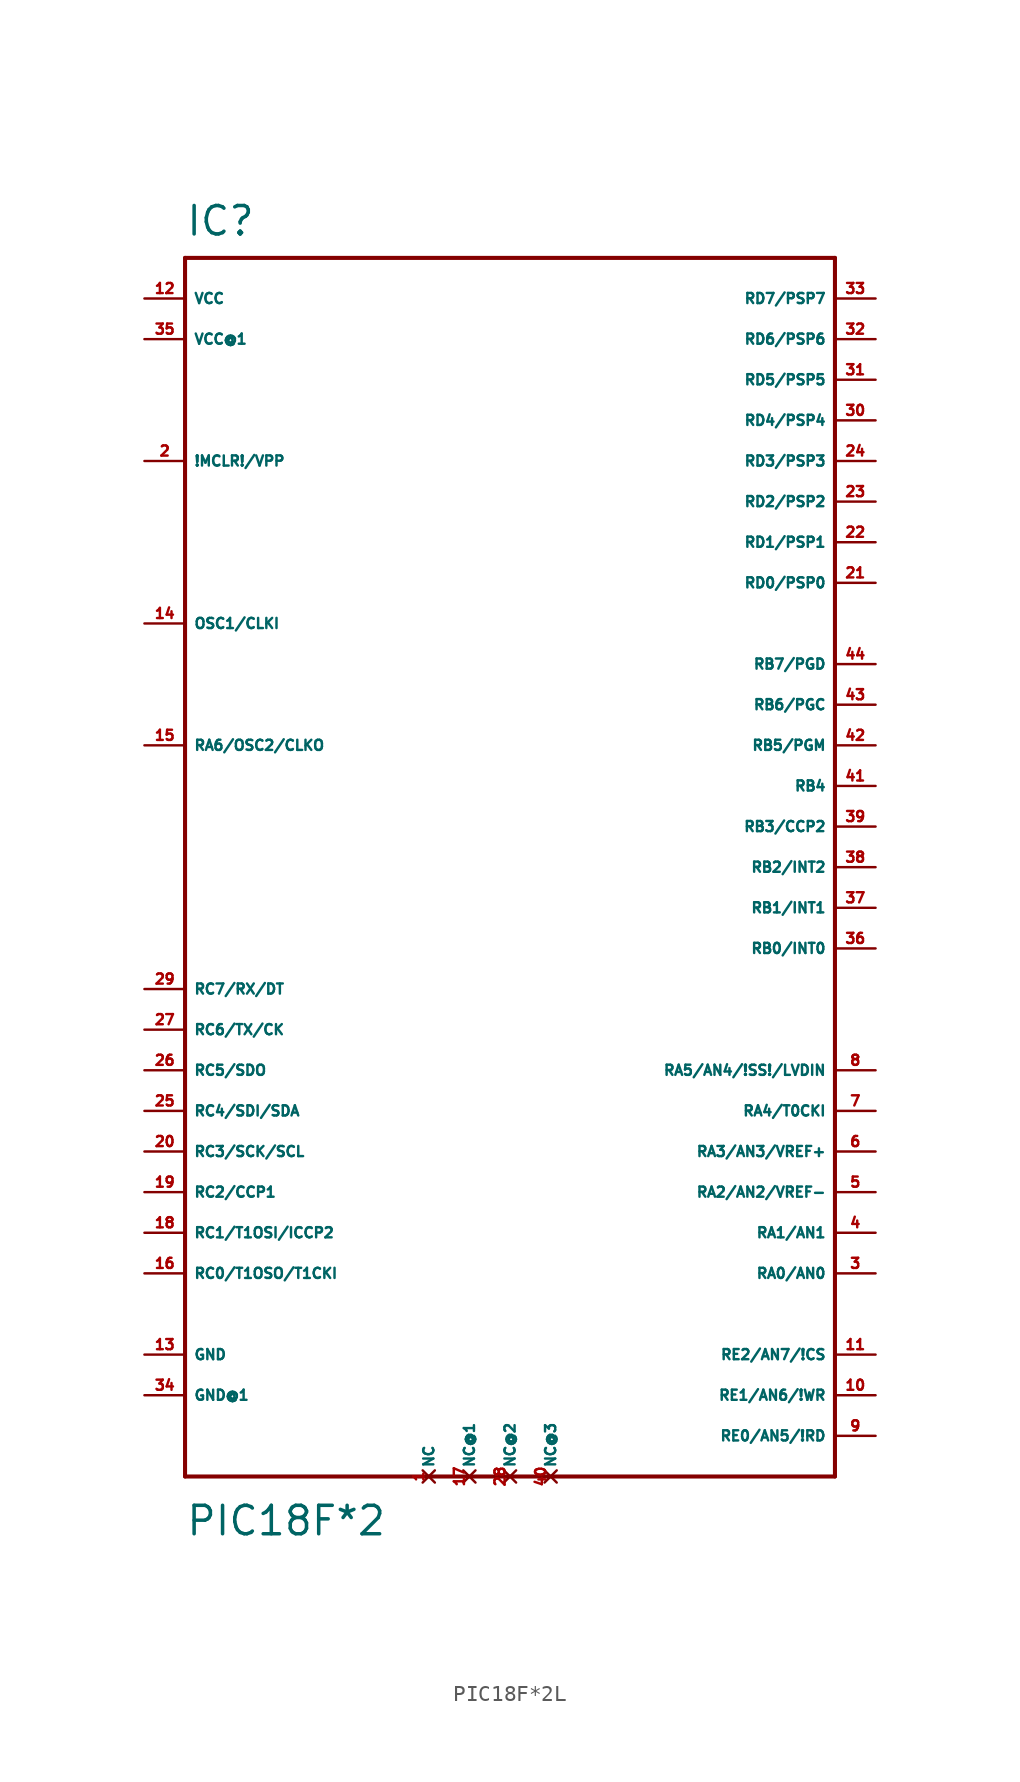
<source format=kicad_sym>
(kicad_symbol_lib
  (version 20220914)
  (generator Eagle2Kicad)
  (symbol "PIC18F*2L"
    (property "Reference" "IC"
      (at -20.32 36.83 0)
      (effects (font (size 1.778 1.778) (thickness 0.22)) (justify left bottom)))
    (property "Value" "PIC18F*2"
      (at -20.32 -44.45 0)
      (effects (font (size 1.778 1.778) (thickness 0.22)) (justify left bottom)))
    (polyline
      (pts (xy -20.32 35.56) (xy 20.32 35.56))
      (stroke (width 0.254) (type default))
      (fill (type none)))
    (polyline
      (pts (xy 20.32 35.56) (xy 20.32 -40.64))
      (stroke (width 0.254) (type default))
      (fill (type none)))
    (polyline
      (pts (xy 20.32 -40.64) (xy -20.32 -40.64))
      (stroke (width 0.254) (type default))
      (fill (type none)))
    (polyline
      (pts (xy -20.32 -40.64) (xy -20.32 35.56))
      (stroke (width 0.254) (type default))
      (fill (type none)))
    (pin bidirectional line
      (at -22.86 -10.16 0)
      (length 2.54)
      (name "RC7/RX/DT" (effects (font (size 0.635 0.635) (thickness 0.08)) (justify left bottom)))
      (number "29" (effects (font (size 0.635 0.635) (thickness 0.08)) (justify left bottom))))
    (pin bidirectional line
      (at 22.86 25.4 180)
      (length 2.54)
      (name "RD4/PSP4" (effects (font (size 0.635 0.635) (thickness 0.08)) (justify left bottom)))
      (number "30" (effects (font (size 0.635 0.635) (thickness 0.08)) (justify left bottom))))
    (pin bidirectional line
      (at 22.86 27.94 180)
      (length 2.54)
      (name "RD5/PSP5" (effects (font (size 0.635 0.635) (thickness 0.08)) (justify left bottom)))
      (number "31" (effects (font (size 0.635 0.635) (thickness 0.08)) (justify left bottom))))
    (pin bidirectional line
      (at 22.86 30.48 180)
      (length 2.54)
      (name "RD6/PSP6" (effects (font (size 0.635 0.635) (thickness 0.08)) (justify left bottom)))
      (number "32" (effects (font (size 0.635 0.635) (thickness 0.08)) (justify left bottom))))
    (pin bidirectional line
      (at 22.86 33.02 180)
      (length 2.54)
      (name "RD7/PSP7" (effects (font (size 0.635 0.635) (thickness 0.08)) (justify left bottom)))
      (number "33" (effects (font (size 0.635 0.635) (thickness 0.08)) (justify left bottom))))
    (pin unspecified line
      (at -22.86 -33.02 0)
      (length 2.54)
      (name "GND" (effects (font (size 0.635 0.635) (thickness 0.08)) (justify left bottom)))
      (number "13" (effects (font (size 0.635 0.635) (thickness 0.08)) (justify left bottom))))
    (pin unspecified line
      (at -22.86 33.02 0)
      (length 2.54)
      (name "VCC" (effects (font (size 0.635 0.635) (thickness 0.08)) (justify left bottom)))
      (number "12" (effects (font (size 0.635 0.635) (thickness 0.08)) (justify left bottom))))
    (pin bidirectional line
      (at 22.86 -7.62 180)
      (length 2.54)
      (name "RB0/INT0" (effects (font (size 0.635 0.635) (thickness 0.08)) (justify left bottom)))
      (number "36" (effects (font (size 0.635 0.635) (thickness 0.08)) (justify left bottom))))
    (pin bidirectional line
      (at 22.86 -5.08 180)
      (length 2.54)
      (name "RB1/INT1" (effects (font (size 0.635 0.635) (thickness 0.08)) (justify left bottom)))
      (number "37" (effects (font (size 0.635 0.635) (thickness 0.08)) (justify left bottom))))
    (pin bidirectional line
      (at 22.86 -2.54 180)
      (length 2.54)
      (name "RB2/INT2" (effects (font (size 0.635 0.635) (thickness 0.08)) (justify left bottom)))
      (number "38" (effects (font (size 0.635 0.635) (thickness 0.08)) (justify left bottom))))
    (pin bidirectional line
      (at 22.86 0 180)
      (length 2.54)
      (name "RB3/CCP2" (effects (font (size 0.635 0.635) (thickness 0.08)) (justify left bottom)))
      (number "39" (effects (font (size 0.635 0.635) (thickness 0.08)) (justify left bottom))))
    (pin no_connect line
      (at -5.08 -40.64 90)
      (length 0)
      (name "NC" (effects (font (size 0.635 0.635) (thickness 0.08)) (justify left bottom) hide))
      (number "1" (effects (font (size 0.635 0.635) (thickness 0.08)) (justify left bottom) hide)))
    (pin bidirectional line
      (at 22.86 2.54 180)
      (length 2.54)
      (name "RB4" (effects (font (size 0.635 0.635) (thickness 0.08)) (justify left bottom)))
      (number "41" (effects (font (size 0.635 0.635) (thickness 0.08)) (justify left bottom))))
    (pin bidirectional line
      (at 22.86 5.08 180)
      (length 2.54)
      (name "RB5/PGM" (effects (font (size 0.635 0.635) (thickness 0.08)) (justify left bottom)))
      (number "42" (effects (font (size 0.635 0.635) (thickness 0.08)) (justify left bottom))))
    (pin bidirectional line
      (at 22.86 7.62 180)
      (length 2.54)
      (name "RB6/PGC" (effects (font (size 0.635 0.635) (thickness 0.08)) (justify left bottom)))
      (number "43" (effects (font (size 0.635 0.635) (thickness 0.08)) (justify left bottom))))
    (pin bidirectional line
      (at 22.86 10.16 180)
      (length 2.54)
      (name "RB7/PGD" (effects (font (size 0.635 0.635) (thickness 0.08)) (justify left bottom)))
      (number "44" (effects (font (size 0.635 0.635) (thickness 0.08)) (justify left bottom))))
    (pin input line
      (at -22.86 22.86 0)
      (length 2.54)
      (name "!MCLR!/VPP" (effects (font (size 0.635 0.635) (thickness 0.08)) (justify left bottom)))
      (number "2" (effects (font (size 0.635 0.635) (thickness 0.08)) (justify left bottom))))
    (pin bidirectional line
      (at 22.86 -27.94 180)
      (length 2.54)
      (name "RA0/AN0" (effects (font (size 0.635 0.635) (thickness 0.08)) (justify left bottom)))
      (number "3" (effects (font (size 0.635 0.635) (thickness 0.08)) (justify left bottom))))
    (pin bidirectional line
      (at 22.86 -25.4 180)
      (length 2.54)
      (name "RA1/AN1" (effects (font (size 0.635 0.635) (thickness 0.08)) (justify left bottom)))
      (number "4" (effects (font (size 0.635 0.635) (thickness 0.08)) (justify left bottom))))
    (pin bidirectional line
      (at 22.86 -22.86 180)
      (length 2.54)
      (name "RA2/AN2/VREF-" (effects (font (size 0.635 0.635) (thickness 0.08)) (justify left bottom)))
      (number "5" (effects (font (size 0.635 0.635) (thickness 0.08)) (justify left bottom))))
    (pin bidirectional line
      (at 22.86 -20.32 180)
      (length 2.54)
      (name "RA3/AN3/VREF+" (effects (font (size 0.635 0.635) (thickness 0.08)) (justify left bottom)))
      (number "6" (effects (font (size 0.635 0.635) (thickness 0.08)) (justify left bottom))))
    (pin bidirectional line
      (at 22.86 -17.78 180)
      (length 2.54)
      (name "RA4/T0CKI" (effects (font (size 0.635 0.635) (thickness 0.08)) (justify left bottom)))
      (number "7" (effects (font (size 0.635 0.635) (thickness 0.08)) (justify left bottom))))
    (pin bidirectional line
      (at 22.86 -15.24 180)
      (length 2.54)
      (name "RA5/AN4/!SS!/LVDIN" (effects (font (size 0.635 0.635) (thickness 0.08)) (justify left bottom)))
      (number "8" (effects (font (size 0.635 0.635) (thickness 0.08)) (justify left bottom))))
    (pin bidirectional line
      (at 22.86 -38.1 180)
      (length 2.54)
      (name "RE0/AN5/!RD" (effects (font (size 0.635 0.635) (thickness 0.08)) (justify left bottom)))
      (number "9" (effects (font (size 0.635 0.635) (thickness 0.08)) (justify left bottom))))
    (pin bidirectional line
      (at 22.86 -35.56 180)
      (length 2.54)
      (name "RE1/AN6/!WR" (effects (font (size 0.635 0.635) (thickness 0.08)) (justify left bottom)))
      (number "10" (effects (font (size 0.635 0.635) (thickness 0.08)) (justify left bottom))))
    (pin bidirectional line
      (at 22.86 -33.02 180)
      (length 2.54)
      (name "RE2/AN7/!CS" (effects (font (size 0.635 0.635) (thickness 0.08)) (justify left bottom)))
      (number "11" (effects (font (size 0.635 0.635) (thickness 0.08)) (justify left bottom))))
    (pin unspecified line
      (at -22.86 30.48 0)
      (length 2.54)
      (name "VCC@1" (effects (font (size 0.635 0.635) (thickness 0.08)) (justify left bottom)))
      (number "35" (effects (font (size 0.635 0.635) (thickness 0.08)) (justify left bottom))))
    (pin unspecified line
      (at -22.86 -35.56 0)
      (length 2.54)
      (name "GND@1" (effects (font (size 0.635 0.635) (thickness 0.08)) (justify left bottom)))
      (number "34" (effects (font (size 0.635 0.635) (thickness 0.08)) (justify left bottom))))
    (pin input line
      (at -22.86 12.7 0)
      (length 2.54)
      (name "OSC1/CLKI" (effects (font (size 0.635 0.635) (thickness 0.08)) (justify left bottom)))
      (number "14" (effects (font (size 0.635 0.635) (thickness 0.08)) (justify left bottom))))
    (pin output line
      (at -22.86 5.08 0)
      (length 2.54)
      (name "RA6/OSC2/CLKO" (effects (font (size 0.635 0.635) (thickness 0.08)) (justify left bottom)))
      (number "15" (effects (font (size 0.635 0.635) (thickness 0.08)) (justify left bottom))))
    (pin bidirectional line
      (at -22.86 -27.94 0)
      (length 2.54)
      (name "RC0/T1OSO/T1CKI" (effects (font (size 0.635 0.635) (thickness 0.08)) (justify left bottom)))
      (number "16" (effects (font (size 0.635 0.635) (thickness 0.08)) (justify left bottom))))
    (pin bidirectional line
      (at -22.86 -25.4 0)
      (length 2.54)
      (name "RC1/T1OSI/ICCP2" (effects (font (size 0.635 0.635) (thickness 0.08)) (justify left bottom)))
      (number "18" (effects (font (size 0.635 0.635) (thickness 0.08)) (justify left bottom))))
    (pin bidirectional line
      (at -22.86 -22.86 0)
      (length 2.54)
      (name "RC2/CCP1" (effects (font (size 0.635 0.635) (thickness 0.08)) (justify left bottom)))
      (number "19" (effects (font (size 0.635 0.635) (thickness 0.08)) (justify left bottom))))
    (pin bidirectional line
      (at 22.86 15.24 180)
      (length 2.54)
      (name "RD0/PSP0" (effects (font (size 0.635 0.635) (thickness 0.08)) (justify left bottom)))
      (number "21" (effects (font (size 0.635 0.635) (thickness 0.08)) (justify left bottom))))
    (pin bidirectional line
      (at 22.86 17.78 180)
      (length 2.54)
      (name "RD1/PSP1" (effects (font (size 0.635 0.635) (thickness 0.08)) (justify left bottom)))
      (number "22" (effects (font (size 0.635 0.635) (thickness 0.08)) (justify left bottom))))
    (pin bidirectional line
      (at 22.86 20.32 180)
      (length 2.54)
      (name "RD2/PSP2" (effects (font (size 0.635 0.635) (thickness 0.08)) (justify left bottom)))
      (number "23" (effects (font (size 0.635 0.635) (thickness 0.08)) (justify left bottom))))
    (pin bidirectional line
      (at 22.86 22.86 180)
      (length 2.54)
      (name "RD3/PSP3" (effects (font (size 0.635 0.635) (thickness 0.08)) (justify left bottom)))
      (number "24" (effects (font (size 0.635 0.635) (thickness 0.08)) (justify left bottom))))
    (pin bidirectional line
      (at -22.86 -17.78 0)
      (length 2.54)
      (name "RC4/SDI/SDA" (effects (font (size 0.635 0.635) (thickness 0.08)) (justify left bottom)))
      (number "25" (effects (font (size 0.635 0.635) (thickness 0.08)) (justify left bottom))))
    (pin bidirectional line
      (at -22.86 -15.24 0)
      (length 2.54)
      (name "RC5/SDO" (effects (font (size 0.635 0.635) (thickness 0.08)) (justify left bottom)))
      (number "26" (effects (font (size 0.635 0.635) (thickness 0.08)) (justify left bottom))))
    (pin bidirectional line
      (at -22.86 -12.7 0)
      (length 2.54)
      (name "RC6/TX/CK" (effects (font (size 0.635 0.635) (thickness 0.08)) (justify left bottom)))
      (number "27" (effects (font (size 0.635 0.635) (thickness 0.08)) (justify left bottom))))
    (pin bidirectional line
      (at -22.86 -20.32 0)
      (length 2.54)
      (name "RC3/SCK/SCL" (effects (font (size 0.635 0.635) (thickness 0.08)) (justify left bottom)))
      (number "20" (effects (font (size 0.635 0.635) (thickness 0.08)) (justify left bottom))))
    (pin no_connect line
      (at -2.54 -40.64 90)
      (length 0)
      (name "NC@1" (effects (font (size 0.635 0.635) (thickness 0.08)) (justify left bottom) hide))
      (number "17" (effects (font (size 0.635 0.635) (thickness 0.08)) (justify left bottom) hide)))
    (pin no_connect line
      (at 0 -40.64 90)
      (length 0)
      (name "NC@2" (effects (font (size 0.635 0.635) (thickness 0.08)) (justify left bottom) hide))
      (number "28" (effects (font (size 0.635 0.635) (thickness 0.08)) (justify left bottom) hide)))
    (pin no_connect line
      (at 2.54 -40.64 90)
      (length 0)
      (name "NC@3" (effects (font (size 0.635 0.635) (thickness 0.08)) (justify left bottom) hide))
      (number "40" (effects (font (size 0.635 0.635) (thickness 0.08)) (justify left bottom) hide)))))
</source>
